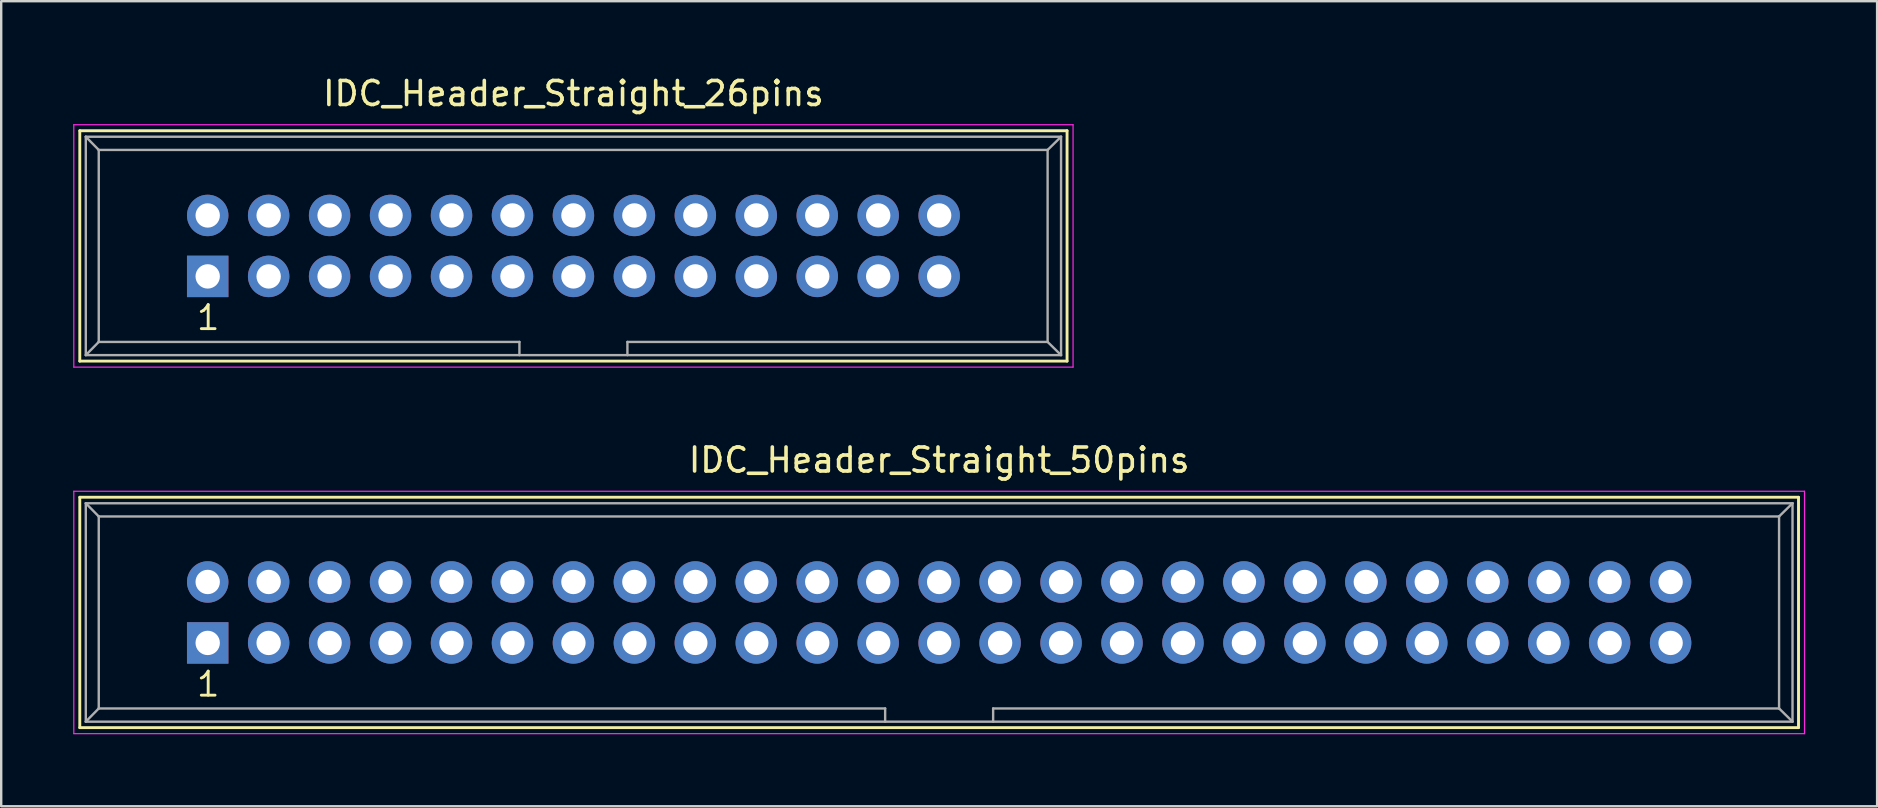
<source format=kicad_pcb>
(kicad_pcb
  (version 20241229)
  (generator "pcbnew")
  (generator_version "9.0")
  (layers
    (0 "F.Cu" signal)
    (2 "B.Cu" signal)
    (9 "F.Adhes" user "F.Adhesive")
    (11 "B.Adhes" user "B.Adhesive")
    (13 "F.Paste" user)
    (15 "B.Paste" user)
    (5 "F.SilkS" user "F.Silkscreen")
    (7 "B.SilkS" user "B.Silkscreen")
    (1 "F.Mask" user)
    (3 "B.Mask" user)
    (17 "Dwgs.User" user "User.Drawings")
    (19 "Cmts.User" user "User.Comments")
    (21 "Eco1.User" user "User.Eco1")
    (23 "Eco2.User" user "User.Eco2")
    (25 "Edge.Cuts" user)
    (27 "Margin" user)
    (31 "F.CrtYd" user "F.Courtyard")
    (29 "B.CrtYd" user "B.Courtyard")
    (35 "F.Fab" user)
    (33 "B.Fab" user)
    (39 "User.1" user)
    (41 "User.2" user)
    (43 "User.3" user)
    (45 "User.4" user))
  (footprint "IDC_Header_Straight_26pins"
    (layer "F.Cu")
    (at 5.605 8.468)
    (property "Reference" "IDC_Header_Straight_26pins" (at 15.24 -7.62 0) (layer "F.SilkS") (effects (font (size 1 1) (thickness 0.15))))
    (attr through_hole)
    (fp_line (start -5.33 -6.07) (end 35.81 -6.07) (stroke (width 0.12) (type solid)) (layer "F.SilkS"))
    (fp_line (start -5.33 3.53) (end -5.33 -6.07) (stroke (width 0.12) (type solid)) (layer "F.SilkS"))
    (fp_line (start 35.81 -6.07) (end 35.81 3.53) (stroke (width 0.12) (type solid)) (layer "F.SilkS"))
    (fp_line (start 35.81 3.53) (end -5.33 3.53) (stroke (width 0.12) (type solid)) (layer "F.SilkS"))
    (fp_line (start -5.58 -6.32) (end 36.06 -6.32) (stroke (width 0.05) (type solid)) (layer "F.CrtYd"))
    (fp_line (start -5.58 3.78) (end -5.58 -6.32) (stroke (width 0.05) (type solid)) (layer "F.CrtYd"))
    (fp_line (start 36.06 -6.32) (end 36.06 3.78) (stroke (width 0.05) (type solid)) (layer "F.CrtYd"))
    (fp_line (start 36.06 3.78) (end -5.58 3.78) (stroke (width 0.05) (type solid)) (layer "F.CrtYd"))
    (fp_line (start -5.08 -5.82) (end -5.08 3.28) (stroke (width 0.1) (type solid)) (layer "F.Fab"))
    (fp_line (start -5.08 -5.82) (end -4.54 -5.27) (stroke (width 0.1) (type solid)) (layer "F.Fab"))
    (fp_line (start -5.08 -5.82) (end 35.56 -5.82) (stroke (width 0.1) (type solid)) (layer "F.Fab"))
    (fp_line (start -5.08 3.28) (end -4.54 2.73) (stroke (width 0.1) (type solid)) (layer "F.Fab"))
    (fp_line (start -5.08 3.28) (end 35.56 3.28) (stroke (width 0.1) (type solid)) (layer "F.Fab"))
    (fp_line (start -4.54 -5.27) (end -4.54 2.73) (stroke (width 0.1) (type solid)) (layer "F.Fab"))
    (fp_line (start -4.54 -5.27) (end 35 -5.27) (stroke (width 0.1) (type solid)) (layer "F.Fab"))
    (fp_line (start -4.54 2.73) (end 12.99 2.73) (stroke (width 0.1) (type solid)) (layer "F.Fab"))
    (fp_line (start 12.99 2.73) (end 12.99 3.28) (stroke (width 0.1) (type solid)) (layer "F.Fab"))
    (fp_line (start 17.49 2.73) (end 17.49 3.28) (stroke (width 0.1) (type solid)) (layer "F.Fab"))
    (fp_line (start 17.49 2.73) (end 35 2.73) (stroke (width 0.1) (type solid)) (layer "F.Fab"))
    (fp_line (start 35 -5.27) (end 35 2.73) (stroke (width 0.1) (type solid)) (layer "F.Fab"))
    (fp_line (start 35.56 -5.82) (end 35 -5.27) (stroke (width 0.1) (type solid)) (layer "F.Fab"))
    (fp_line (start 35.56 -5.82) (end 35.56 3.28) (stroke (width 0.1) (type solid)) (layer "F.Fab"))
    (fp_line (start 35.56 3.28) (end 35 2.73) (stroke (width 0.1) (type solid)) (layer "F.Fab"))
    (fp_text user "1" (at 0.02 1.72 0) (layer "F.SilkS") (effects (font (size 1 1) (thickness 0.12))))
    (pad "1" thru_hole rect (at 0 0) (size 1.727 1.727) (drill 1.016) (layers "*.Cu" "*.Mask"))
    (pad "2" thru_hole oval (at 0 -2.54) (size 1.727 1.727) (drill 1.016) (layers "*.Cu" "*.Mask"))
    (pad "3" thru_hole oval (at 2.54 0) (size 1.727 1.727) (drill 1.016) (layers "*.Cu" "*.Mask"))
    (pad "4" thru_hole oval (at 2.54 -2.54) (size 1.727 1.727) (drill 1.016) (layers "*.Cu" "*.Mask"))
    (pad "5" thru_hole oval (at 5.08 0) (size 1.727 1.727) (drill 1.016) (layers "*.Cu" "*.Mask"))
    (pad "6" thru_hole oval (at 5.08 -2.54) (size 1.727 1.727) (drill 1.016) (layers "*.Cu" "*.Mask"))
    (pad "7" thru_hole oval (at 7.62 0) (size 1.727 1.727) (drill 1.016) (layers "*.Cu" "*.Mask"))
    (pad "8" thru_hole oval (at 7.62 -2.54) (size 1.727 1.727) (drill 1.016) (layers "*.Cu" "*.Mask"))
    (pad "9" thru_hole oval (at 10.16 0) (size 1.727 1.727) (drill 1.016) (layers "*.Cu" "*.Mask"))
    (pad "10" thru_hole oval (at 10.16 -2.54) (size 1.727 1.727) (drill 1.016) (layers "*.Cu" "*.Mask"))
    (pad "11" thru_hole oval (at 12.7 0) (size 1.727 1.727) (drill 1.016) (layers "*.Cu" "*.Mask"))
    (pad "12" thru_hole oval (at 12.7 -2.54) (size 1.727 1.727) (drill 1.016) (layers "*.Cu" "*.Mask"))
    (pad "13" thru_hole oval (at 15.24 0) (size 1.727 1.727) (drill 1.016) (layers "*.Cu" "*.Mask"))
    (pad "14" thru_hole oval (at 15.24 -2.54) (size 1.727 1.727) (drill 1.016) (layers "*.Cu" "*.Mask"))
    (pad "15" thru_hole oval (at 17.78 0) (size 1.727 1.727) (drill 1.016) (layers "*.Cu" "*.Mask"))
    (pad "16" thru_hole oval (at 17.78 -2.54) (size 1.727 1.727) (drill 1.016) (layers "*.Cu" "*.Mask"))
    (pad "17" thru_hole oval (at 20.32 0) (size 1.727 1.727) (drill 1.016) (layers "*.Cu" "*.Mask"))
    (pad "18" thru_hole oval (at 20.32 -2.54) (size 1.727 1.727) (drill 1.016) (layers "*.Cu" "*.Mask"))
    (pad "19" thru_hole oval (at 22.86 0) (size 1.727 1.727) (drill 1.016) (layers "*.Cu" "*.Mask"))
    (pad "20" thru_hole oval (at 22.86 -2.54) (size 1.727 1.727) (drill 1.016) (layers "*.Cu" "*.Mask"))
    (pad "21" thru_hole oval (at 25.4 0) (size 1.727 1.727) (drill 1.016) (layers "*.Cu" "*.Mask"))
    (pad "22" thru_hole oval (at 25.4 -2.54) (size 1.727 1.727) (drill 1.016) (layers "*.Cu" "*.Mask"))
    (pad "23" thru_hole oval (at 27.94 0) (size 1.727 1.727) (drill 1.016) (layers "*.Cu" "*.Mask"))
    (pad "24" thru_hole oval (at 27.94 -2.54) (size 1.727 1.727) (drill 1.016) (layers "*.Cu" "*.Mask"))
    (pad "25" thru_hole oval (at 30.48 0) (size 1.727 1.727) (drill 1.016) (layers "*.Cu" "*.Mask"))
    (pad "26" thru_hole oval (at 30.48 -2.54) (size 1.727 1.727) (drill 1.016) (layers "*.Cu" "*.Mask")))
  (footprint "IDC_Header_Straight_50pins"
    (layer "F.Cu")
    (at 5.605 23.741)
    (property "Reference" "IDC_Header_Straight_50pins" (at 30.48 -7.62 0) (layer "F.SilkS") (effects (font (size 1 1) (thickness 0.15))))
    (attr through_hole)
    (fp_line (start -5.33 -6.07) (end 66.29 -6.07) (stroke (width 0.12) (type solid)) (layer "F.SilkS"))
    (fp_line (start -5.33 3.53) (end -5.33 -6.07) (stroke (width 0.12) (type solid)) (layer "F.SilkS"))
    (fp_line (start 66.29 -6.07) (end 66.29 3.53) (stroke (width 0.12) (type solid)) (layer "F.SilkS"))
    (fp_line (start 66.29 3.53) (end -5.33 3.53) (stroke (width 0.12) (type solid)) (layer "F.SilkS"))
    (fp_line (start -5.58 -6.32) (end 66.54 -6.32) (stroke (width 0.05) (type solid)) (layer "F.CrtYd"))
    (fp_line (start -5.58 3.78) (end -5.58 -6.32) (stroke (width 0.05) (type solid)) (layer "F.CrtYd"))
    (fp_line (start 66.54 -6.32) (end 66.54 3.78) (stroke (width 0.05) (type solid)) (layer "F.CrtYd"))
    (fp_line (start 66.54 3.78) (end -5.58 3.78) (stroke (width 0.05) (type solid)) (layer "F.CrtYd"))
    (fp_line (start -5.08 -5.82) (end -5.08 3.28) (stroke (width 0.1) (type solid)) (layer "F.Fab"))
    (fp_line (start -5.08 -5.82) (end -4.54 -5.27) (stroke (width 0.1) (type solid)) (layer "F.Fab"))
    (fp_line (start -5.08 -5.82) (end 66.04 -5.82) (stroke (width 0.1) (type solid)) (layer "F.Fab"))
    (fp_line (start -5.08 3.28) (end -4.54 2.73) (stroke (width 0.1) (type solid)) (layer "F.Fab"))
    (fp_line (start -5.08 3.28) (end 66.04 3.28) (stroke (width 0.1) (type solid)) (layer "F.Fab"))
    (fp_line (start -4.54 -5.27) (end -4.54 2.73) (stroke (width 0.1) (type solid)) (layer "F.Fab"))
    (fp_line (start -4.54 -5.27) (end 65.48 -5.27) (stroke (width 0.1) (type solid)) (layer "F.Fab"))
    (fp_line (start -4.54 2.73) (end 28.23 2.73) (stroke (width 0.1) (type solid)) (layer "F.Fab"))
    (fp_line (start 28.23 2.73) (end 28.23 3.28) (stroke (width 0.1) (type solid)) (layer "F.Fab"))
    (fp_line (start 32.73 2.73) (end 32.73 3.28) (stroke (width 0.1) (type solid)) (layer "F.Fab"))
    (fp_line (start 32.73 2.73) (end 65.48 2.73) (stroke (width 0.1) (type solid)) (layer "F.Fab"))
    (fp_line (start 65.48 -5.27) (end 65.48 2.73) (stroke (width 0.1) (type solid)) (layer "F.Fab"))
    (fp_line (start 66.04 -5.82) (end 65.48 -5.27) (stroke (width 0.1) (type solid)) (layer "F.Fab"))
    (fp_line (start 66.04 -5.82) (end 66.04 3.28) (stroke (width 0.1) (type solid)) (layer "F.Fab"))
    (fp_line (start 66.04 3.28) (end 65.48 2.73) (stroke (width 0.1) (type solid)) (layer "F.Fab"))
    (fp_text user "1" (at 0.02 1.72 0) (layer "F.SilkS") (effects (font (size 1 1) (thickness 0.12))))
    (pad "1" thru_hole rect (at 0 0) (size 1.727 1.727) (drill 1.016) (layers "*.Cu" "*.Mask"))
    (pad "2" thru_hole oval (at 0 -2.54) (size 1.727 1.727) (drill 1.016) (layers "*.Cu" "*.Mask"))
    (pad "3" thru_hole oval (at 2.54 0) (size 1.727 1.727) (drill 1.016) (layers "*.Cu" "*.Mask"))
    (pad "4" thru_hole oval (at 2.54 -2.54) (size 1.727 1.727) (drill 1.016) (layers "*.Cu" "*.Mask"))
    (pad "5" thru_hole oval (at 5.08 0) (size 1.727 1.727) (drill 1.016) (layers "*.Cu" "*.Mask"))
    (pad "6" thru_hole oval (at 5.08 -2.54) (size 1.727 1.727) (drill 1.016) (layers "*.Cu" "*.Mask"))
    (pad "7" thru_hole oval (at 7.62 0) (size 1.727 1.727) (drill 1.016) (layers "*.Cu" "*.Mask"))
    (pad "8" thru_hole oval (at 7.62 -2.54) (size 1.727 1.727) (drill 1.016) (layers "*.Cu" "*.Mask"))
    (pad "9" thru_hole oval (at 10.16 0) (size 1.727 1.727) (drill 1.016) (layers "*.Cu" "*.Mask"))
    (pad "10" thru_hole oval (at 10.16 -2.54) (size 1.727 1.727) (drill 1.016) (layers "*.Cu" "*.Mask"))
    (pad "11" thru_hole oval (at 12.7 0) (size 1.727 1.727) (drill 1.016) (layers "*.Cu" "*.Mask"))
    (pad "12" thru_hole oval (at 12.7 -2.54) (size 1.727 1.727) (drill 1.016) (layers "*.Cu" "*.Mask"))
    (pad "13" thru_hole oval (at 15.24 0) (size 1.727 1.727) (drill 1.016) (layers "*.Cu" "*.Mask"))
    (pad "14" thru_hole oval (at 15.24 -2.54) (size 1.727 1.727) (drill 1.016) (layers "*.Cu" "*.Mask"))
    (pad "15" thru_hole oval (at 17.78 0) (size 1.727 1.727) (drill 1.016) (layers "*.Cu" "*.Mask"))
    (pad "16" thru_hole oval (at 17.78 -2.54) (size 1.727 1.727) (drill 1.016) (layers "*.Cu" "*.Mask"))
    (pad "17" thru_hole oval (at 20.32 0) (size 1.727 1.727) (drill 1.016) (layers "*.Cu" "*.Mask"))
    (pad "18" thru_hole oval (at 20.32 -2.54) (size 1.727 1.727) (drill 1.016) (layers "*.Cu" "*.Mask"))
    (pad "19" thru_hole oval (at 22.86 0) (size 1.727 1.727) (drill 1.016) (layers "*.Cu" "*.Mask"))
    (pad "20" thru_hole oval (at 22.86 -2.54) (size 1.727 1.727) (drill 1.016) (layers "*.Cu" "*.Mask"))
    (pad "21" thru_hole oval (at 25.4 0) (size 1.727 1.727) (drill 1.016) (layers "*.Cu" "*.Mask"))
    (pad "22" thru_hole oval (at 25.4 -2.54) (size 1.727 1.727) (drill 1.016) (layers "*.Cu" "*.Mask"))
    (pad "23" thru_hole oval (at 27.94 0) (size 1.727 1.727) (drill 1.016) (layers "*.Cu" "*.Mask"))
    (pad "24" thru_hole oval (at 27.94 -2.54) (size 1.727 1.727) (drill 1.016) (layers "*.Cu" "*.Mask"))
    (pad "25" thru_hole oval (at 30.48 0) (size 1.727 1.727) (drill 1.016) (layers "*.Cu" "*.Mask"))
    (pad "26" thru_hole oval (at 30.48 -2.54) (size 1.727 1.727) (drill 1.016) (layers "*.Cu" "*.Mask"))
    (pad "27" thru_hole oval (at 33.02 0) (size 1.727 1.727) (drill 1.016) (layers "*.Cu" "*.Mask"))
    (pad "28" thru_hole oval (at 33.02 -2.54) (size 1.727 1.727) (drill 1.016) (layers "*.Cu" "*.Mask"))
    (pad "29" thru_hole oval (at 35.56 0) (size 1.727 1.727) (drill 1.016) (layers "*.Cu" "*.Mask"))
    (pad "30" thru_hole oval (at 35.56 -2.54) (size 1.727 1.727) (drill 1.016) (layers "*.Cu" "*.Mask"))
    (pad "31" thru_hole oval (at 38.1 0) (size 1.727 1.727) (drill 1.016) (layers "*.Cu" "*.Mask"))
    (pad "32" thru_hole oval (at 38.1 -2.54) (size 1.727 1.727) (drill 1.016) (layers "*.Cu" "*.Mask"))
    (pad "33" thru_hole oval (at 40.64 0) (size 1.727 1.727) (drill 1.016) (layers "*.Cu" "*.Mask"))
    (pad "34" thru_hole oval (at 40.64 -2.54) (size 1.727 1.727) (drill 1.016) (layers "*.Cu" "*.Mask"))
    (pad "35" thru_hole oval (at 43.18 0) (size 1.727 1.727) (drill 1.016) (layers "*.Cu" "*.Mask"))
    (pad "36" thru_hole oval (at 43.18 -2.54) (size 1.727 1.727) (drill 1.016) (layers "*.Cu" "*.Mask"))
    (pad "37" thru_hole oval (at 45.72 0) (size 1.727 1.727) (drill 1.016) (layers "*.Cu" "*.Mask"))
    (pad "38" thru_hole oval (at 45.72 -2.54) (size 1.727 1.727) (drill 1.016) (layers "*.Cu" "*.Mask"))
    (pad "39" thru_hole oval (at 48.26 0) (size 1.727 1.727) (drill 1.016) (layers "*.Cu" "*.Mask"))
    (pad "40" thru_hole oval (at 48.26 -2.54) (size 1.727 1.727) (drill 1.016) (layers "*.Cu" "*.Mask"))
    (pad "41" thru_hole oval (at 50.8 0) (size 1.727 1.727) (drill 1.016) (layers "*.Cu" "*.Mask"))
    (pad "42" thru_hole oval (at 50.8 -2.54) (size 1.727 1.727) (drill 1.016) (layers "*.Cu" "*.Mask"))
    (pad "43" thru_hole oval (at 53.34 0) (size 1.727 1.727) (drill 1.016) (layers "*.Cu" "*.Mask"))
    (pad "44" thru_hole oval (at 53.34 -2.54) (size 1.727 1.727) (drill 1.016) (layers "*.Cu" "*.Mask"))
    (pad "45" thru_hole oval (at 55.88 0) (size 1.727 1.727) (drill 1.016) (layers "*.Cu" "*.Mask"))
    (pad "46" thru_hole oval (at 55.88 -2.54) (size 1.727 1.727) (drill 1.016) (layers "*.Cu" "*.Mask"))
    (pad "47" thru_hole oval (at 58.42 0) (size 1.727 1.727) (drill 1.016) (layers "*.Cu" "*.Mask"))
    (pad "48" thru_hole oval (at 58.42 -2.54) (size 1.727 1.727) (drill 1.016) (layers "*.Cu" "*.Mask"))
    (pad "49" thru_hole oval (at 60.96 0) (size 1.727 1.727) (drill 1.016) (layers "*.Cu" "*.Mask"))
    (pad "50" thru_hole oval (at 60.96 -2.54) (size 1.727 1.727) (drill 1.016) (layers "*.Cu" "*.Mask")))
  (gr_rect
    (start -3 -3)
    (end 75.17 30.547)
    (stroke (width 0.1) (type default))
    (fill no)
    (layer "Edge.Cuts")))
</source>
